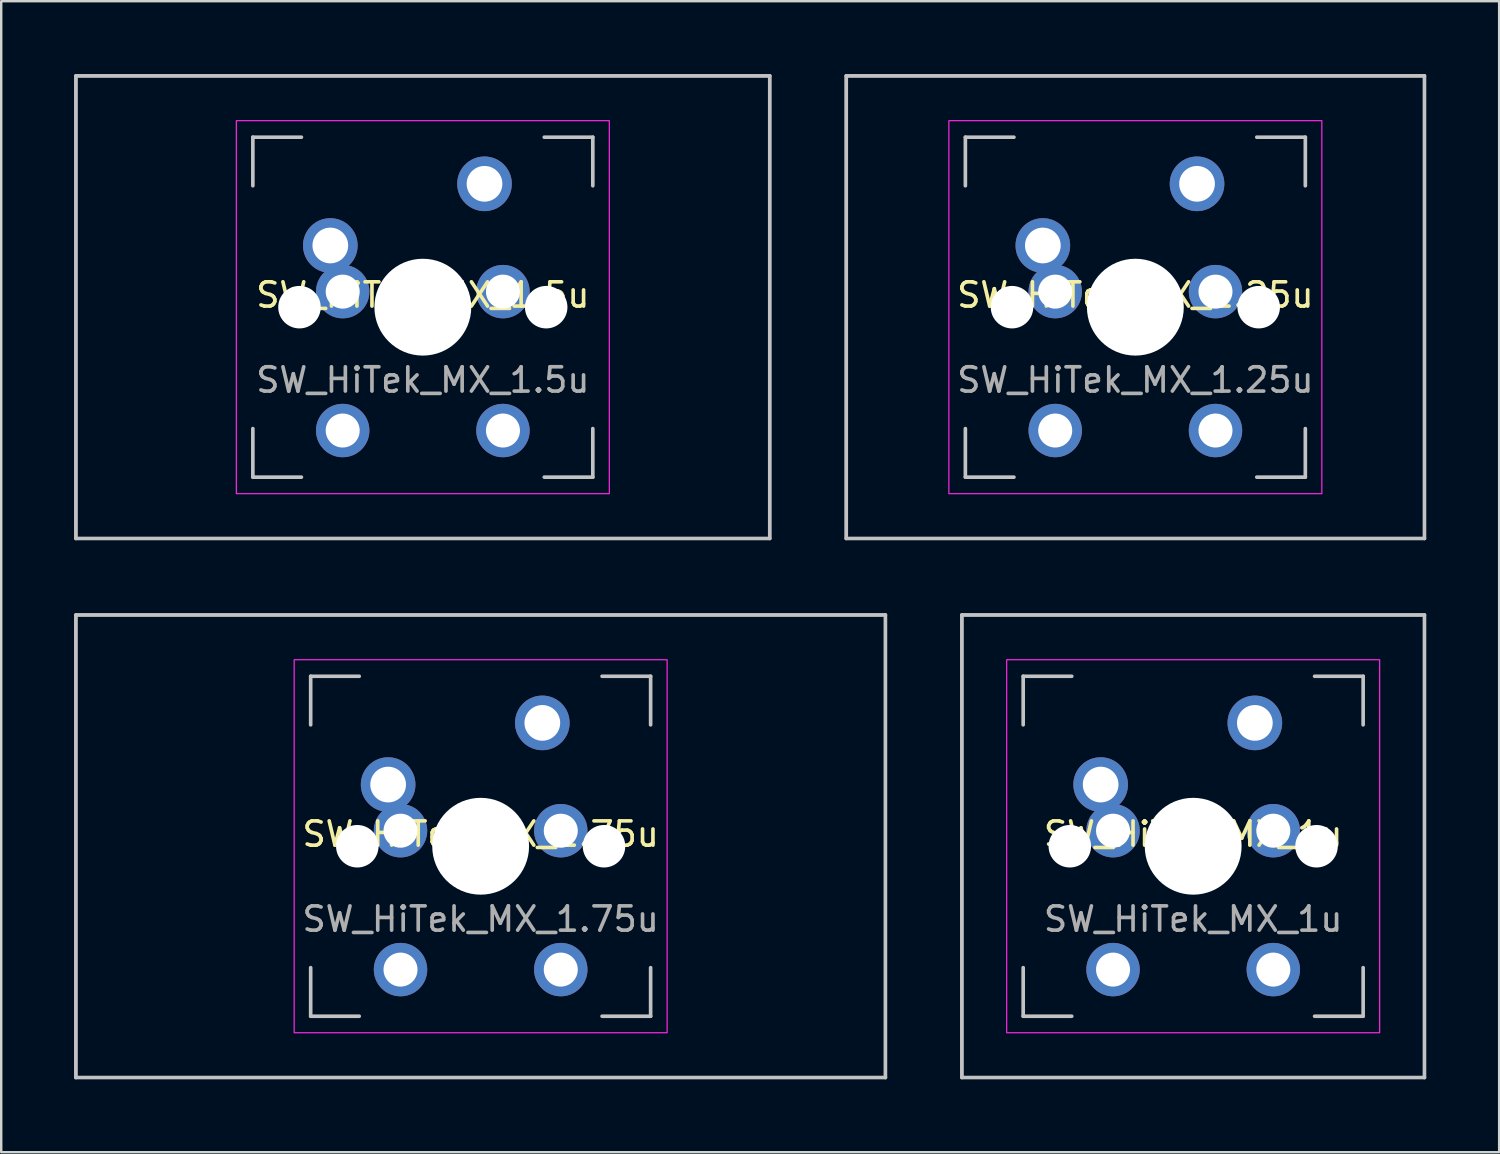
<source format=kicad_pcb>
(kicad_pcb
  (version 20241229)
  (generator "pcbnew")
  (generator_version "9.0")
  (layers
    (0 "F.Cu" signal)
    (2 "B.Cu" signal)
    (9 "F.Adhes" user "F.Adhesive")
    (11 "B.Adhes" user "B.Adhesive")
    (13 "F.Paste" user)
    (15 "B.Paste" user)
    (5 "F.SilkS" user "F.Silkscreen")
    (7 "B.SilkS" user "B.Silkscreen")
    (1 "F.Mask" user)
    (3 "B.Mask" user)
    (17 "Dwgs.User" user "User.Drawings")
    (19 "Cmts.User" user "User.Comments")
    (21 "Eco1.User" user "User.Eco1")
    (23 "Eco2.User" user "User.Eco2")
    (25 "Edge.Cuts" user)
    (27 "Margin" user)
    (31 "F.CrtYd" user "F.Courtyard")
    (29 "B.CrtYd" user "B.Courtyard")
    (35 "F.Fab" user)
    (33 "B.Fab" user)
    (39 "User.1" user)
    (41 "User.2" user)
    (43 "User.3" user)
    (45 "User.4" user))
  (footprint "SW_HiTek_MX_1.5u"
    (layer "F.Cu")
    (at 14.363 9.6)
    (property "Reference" "SW_HiTek_MX_1.5u" (at 0 -0.5 0) (unlocked yes) (layer "F.SilkS") (effects (font (size 1 1) (thickness 0.15))))
    (attr through_hole exclude_from_pos_files exclude_from_bom)
    (fp_line (start -14.287 -9.525) (end 14.287 -9.525) (stroke (width 0.15) (type solid)) (layer "Dwgs.User"))
    (fp_line (start -14.287 9.525) (end -14.287 -9.525) (stroke (width 0.15) (type solid)) (layer "Dwgs.User"))
    (fp_line (start -14.287 9.525) (end 14.287 9.525) (stroke (width 0.15) (type solid)) (layer "Dwgs.User"))
    (fp_line (start -7 -7) (end -7 -5) (stroke (width 0.15) (type solid)) (layer "Dwgs.User"))
    (fp_line (start -7 5) (end -7 7) (stroke (width 0.15) (type solid)) (layer "Dwgs.User"))
    (fp_line (start -7 7) (end -5 7) (stroke (width 0.15) (type solid)) (layer "Dwgs.User"))
    (fp_line (start -5 -7) (end -7 -7) (stroke (width 0.15) (type solid)) (layer "Dwgs.User"))
    (fp_line (start 5 -7) (end 7 -7) (stroke (width 0.15) (type solid)) (layer "Dwgs.User"))
    (fp_line (start 5 7) (end 7 7) (stroke (width 0.15) (type solid)) (layer "Dwgs.User"))
    (fp_line (start 7 -7) (end 7 -5) (stroke (width 0.15) (type solid)) (layer "Dwgs.User"))
    (fp_line (start 7 7) (end 7 5) (stroke (width 0.15) (type solid)) (layer "Dwgs.User"))
    (fp_line (start 14.287 -9.525) (end 14.287 9.525) (stroke (width 0.15) (type solid)) (layer "Dwgs.User"))
    (fp_rect (start -14.287 -9.525) (end 14.287 9.525) (stroke (width 0.12) (type solid)) (fill no) (layer "Dwgs.User"))
    (fp_line (start -7.81 7.31) (end -7.81 -7.31) (stroke (width 0.05) (type solid)) (layer "Eco2.User"))
    (fp_line (start -7.31 -7.81) (end 7.31 -7.81) (stroke (width 0.05) (type solid)) (layer "Eco2.User"))
    (fp_line (start 7.31 7.81) (end -7.31 7.81) (stroke (width 0.05) (type solid)) (layer "Eco2.User"))
    (fp_line (start 7.81 7.31) (end 7.81 -7.31) (stroke (width 0.05) (type solid)) (layer "Eco2.User"))
    (fp_arc (start -7.81 -7.31) (mid -7.663553 -7.663553) (end -7.31 -7.81) (stroke (width 0.05) (type solid)) (layer "Eco2.User"))
    (fp_arc (start -7.31 7.81) (mid -7.663553 7.663553) (end -7.81 7.31) (stroke (width 0.05) (type solid)) (layer "Eco2.User"))
    (fp_arc (start 7.31 -7.81) (mid 7.663553 -7.663553) (end 7.81 -7.31) (stroke (width 0.05) (type solid)) (layer "Eco2.User"))
    (fp_arc (start 7.81 7.31) (mid 7.663553 7.663553) (end 7.31 7.81) (stroke (width 0.05) (type solid)) (layer "Eco2.User"))
    (fp_rect (start -7.68 -7.68) (end 7.68 7.68) (stroke (width 0.05) (type solid)) (fill no) (layer "F.CrtYd"))
    (fp_text user "${REFERENCE}" (at 0 3 0) (unlocked yes) (layer "F.Fab") (effects (font (size 1 1) (thickness 0.15))))
    (pad "" np_thru_hole circle (at -5.08 0 48.1) (size 1.75 1.75) (drill 1.75) (layers "*.Cu" "*.Mask"))
    (pad "" np_thru_hole circle (at 0 0) (size 3.988 3.988) (drill 3.988) (layers "*.Cu" "*.Mask"))
    (pad "" np_thru_hole circle (at 5.08 0 48.1) (size 1.75 1.75) (drill 1.75) (layers "*.Cu" "*.Mask"))
    (pad "1" thru_hole circle (at -3.81 -2.54) (size 2.25 2.25) (drill 1.47) (layers "*.Cu" "*.Mask"))
    (pad "1" thru_hole circle (at -3.3 -0.64) (size 2.2 2.2) (drill 1.4) (layers "*.Cu" "*.Mask"))
    (pad "1" thru_hole circle (at -3.3 5.08) (size 2.2 2.2) (drill 1.4) (layers "*.Cu" "*.Mask"))
    (pad "2" thru_hole circle (at 2.54 -5.08) (size 2.25 2.25) (drill 1.47) (layers "*.Cu" "*.Mask"))
    (pad "2" thru_hole circle (at 3.3 -0.64) (size 2.2 2.2) (drill 1.4) (layers "*.Cu" "*.Mask"))
    (pad "2" thru_hole circle (at 3.3 5.08) (size 2.2 2.2) (drill 1.4) (layers "*.Cu" "*.Mask")))
  (footprint "SW_HiTek_MX_1u"
    (layer "F.Cu")
    (at 46.087 31.8)
    (property "Reference" "SW_HiTek_MX_1u" (at 0 -0.5 0) (unlocked yes) (layer "F.SilkS") (effects (font (size 1 1) (thickness 0.15))))
    (attr through_hole exclude_from_pos_files exclude_from_bom)
    (fp_line (start -9.525 -9.525) (end 9.525 -9.525) (stroke (width 0.15) (type solid)) (layer "Dwgs.User"))
    (fp_line (start -9.525 9.525) (end -9.525 -9.525) (stroke (width 0.15) (type solid)) (layer "Dwgs.User"))
    (fp_line (start -7 -7) (end -7 -5) (stroke (width 0.15) (type solid)) (layer "Dwgs.User"))
    (fp_line (start -7 5) (end -7 7) (stroke (width 0.15) (type solid)) (layer "Dwgs.User"))
    (fp_line (start -7 7) (end -5 7) (stroke (width 0.15) (type solid)) (layer "Dwgs.User"))
    (fp_line (start -5 -7) (end -7 -7) (stroke (width 0.15) (type solid)) (layer "Dwgs.User"))
    (fp_line (start 5 -7) (end 7 -7) (stroke (width 0.15) (type solid)) (layer "Dwgs.User"))
    (fp_line (start 5 7) (end 7 7) (stroke (width 0.15) (type solid)) (layer "Dwgs.User"))
    (fp_line (start 7 -7) (end 7 -5) (stroke (width 0.15) (type solid)) (layer "Dwgs.User"))
    (fp_line (start 7 7) (end 7 5) (stroke (width 0.15) (type solid)) (layer "Dwgs.User"))
    (fp_line (start 9.525 -9.525) (end 9.525 9.525) (stroke (width 0.15) (type solid)) (layer "Dwgs.User"))
    (fp_line (start 9.525 9.525) (end -9.525 9.525) (stroke (width 0.15) (type solid)) (layer "Dwgs.User"))
    (fp_rect (start -9.525 -9.525) (end 9.525 9.525) (stroke (width 0.12) (type solid)) (fill no) (layer "Dwgs.User"))
    (fp_line (start -7.81 7.31) (end -7.81 -7.31) (stroke (width 0.05) (type solid)) (layer "Eco2.User"))
    (fp_line (start -7.31 -7.81) (end 7.31 -7.81) (stroke (width 0.05) (type solid)) (layer "Eco2.User"))
    (fp_line (start 7.31 7.81) (end -7.31 7.81) (stroke (width 0.05) (type solid)) (layer "Eco2.User"))
    (fp_line (start 7.81 7.31) (end 7.81 -7.31) (stroke (width 0.05) (type solid)) (layer "Eco2.User"))
    (fp_arc (start -7.81 -7.31) (mid -7.663553 -7.663553) (end -7.31 -7.81) (stroke (width 0.05) (type solid)) (layer "Eco2.User"))
    (fp_arc (start -7.31 7.81) (mid -7.663553 7.663553) (end -7.81 7.31) (stroke (width 0.05) (type solid)) (layer "Eco2.User"))
    (fp_arc (start 7.31 -7.81) (mid 7.663553 -7.663553) (end 7.81 -7.31) (stroke (width 0.05) (type solid)) (layer "Eco2.User"))
    (fp_arc (start 7.81 7.31) (mid 7.663553 7.663553) (end 7.31 7.81) (stroke (width 0.05) (type solid)) (layer "Eco2.User"))
    (fp_rect (start -7.68 -7.68) (end 7.68 7.68) (stroke (width 0.05) (type solid)) (fill no) (layer "F.CrtYd"))
    (fp_text user "${REFERENCE}" (at 0 3 0) (unlocked yes) (layer "F.Fab") (effects (font (size 1 1) (thickness 0.15))))
    (pad "" np_thru_hole circle (at -5.08 0 48.1) (size 1.75 1.75) (drill 1.75) (layers "*.Cu" "*.Mask"))
    (pad "" np_thru_hole circle (at 0 0) (size 3.988 3.988) (drill 3.988) (layers "*.Cu" "*.Mask"))
    (pad "" np_thru_hole circle (at 5.08 0 48.1) (size 1.75 1.75) (drill 1.75) (layers "*.Cu" "*.Mask"))
    (pad "1" thru_hole circle (at -3.81 -2.54) (size 2.25 2.25) (drill 1.47) (layers "*.Cu" "*.Mask"))
    (pad "1" thru_hole circle (at -3.3 -0.64) (size 2.2 2.2) (drill 1.4) (layers "*.Cu" "*.Mask"))
    (pad "1" thru_hole circle (at -3.3 5.08) (size 2.2 2.2) (drill 1.4) (layers "*.Cu" "*.Mask"))
    (pad "2" thru_hole circle (at 2.54 -5.08) (size 2.25 2.25) (drill 1.47) (layers "*.Cu" "*.Mask"))
    (pad "2" thru_hole circle (at 3.3 -0.64) (size 2.2 2.2) (drill 1.4) (layers "*.Cu" "*.Mask"))
    (pad "2" thru_hole circle (at 3.3 5.08) (size 2.2 2.2) (drill 1.4) (layers "*.Cu" "*.Mask")))
  (footprint "SW_HiTek_MX_1.75u"
    (layer "F.Cu")
    (at 16.744 31.8)
    (property "Reference" "SW_HiTek_MX_1.75u" (at 0 -0.5 0) (unlocked yes) (layer "F.SilkS") (effects (font (size 1 1) (thickness 0.15))))
    (attr through_hole exclude_from_pos_files exclude_from_bom)
    (fp_line (start -16.669 -9.525) (end 16.669 -9.525) (stroke (width 0.15) (type solid)) (layer "Dwgs.User"))
    (fp_line (start -16.669 9.525) (end -16.669 -9.525) (stroke (width 0.15) (type solid)) (layer "Dwgs.User"))
    (fp_line (start -16.669 9.525) (end 16.669 9.525) (stroke (width 0.15) (type solid)) (layer "Dwgs.User"))
    (fp_line (start -7 -7) (end -7 -5) (stroke (width 0.15) (type solid)) (layer "Dwgs.User"))
    (fp_line (start -7 5) (end -7 7) (stroke (width 0.15) (type solid)) (layer "Dwgs.User"))
    (fp_line (start -7 7) (end -5 7) (stroke (width 0.15) (type solid)) (layer "Dwgs.User"))
    (fp_line (start -5 -7) (end -7 -7) (stroke (width 0.15) (type solid)) (layer "Dwgs.User"))
    (fp_line (start 5 -7) (end 7 -7) (stroke (width 0.15) (type solid)) (layer "Dwgs.User"))
    (fp_line (start 5 7) (end 7 7) (stroke (width 0.15) (type solid)) (layer "Dwgs.User"))
    (fp_line (start 7 -7) (end 7 -5) (stroke (width 0.15) (type solid)) (layer "Dwgs.User"))
    (fp_line (start 7 7) (end 7 5) (stroke (width 0.15) (type solid)) (layer "Dwgs.User"))
    (fp_line (start 16.669 -9.525) (end 16.669 9.525) (stroke (width 0.15) (type solid)) (layer "Dwgs.User"))
    (fp_rect (start -16.669 -9.525) (end 16.669 9.525) (stroke (width 0.12) (type solid)) (fill no) (layer "Dwgs.User"))
    (fp_line (start -7.81 7.31) (end -7.81 -7.31) (stroke (width 0.05) (type solid)) (layer "Eco2.User"))
    (fp_line (start -7.31 -7.81) (end 7.31 -7.81) (stroke (width 0.05) (type solid)) (layer "Eco2.User"))
    (fp_line (start 7.31 7.81) (end -7.31 7.81) (stroke (width 0.05) (type solid)) (layer "Eco2.User"))
    (fp_line (start 7.81 7.31) (end 7.81 -7.31) (stroke (width 0.05) (type solid)) (layer "Eco2.User"))
    (fp_arc (start -7.81 -7.31) (mid -7.663553 -7.663553) (end -7.31 -7.81) (stroke (width 0.05) (type solid)) (layer "Eco2.User"))
    (fp_arc (start -7.31 7.81) (mid -7.663553 7.663553) (end -7.81 7.31) (stroke (width 0.05) (type solid)) (layer "Eco2.User"))
    (fp_arc (start 7.31 -7.81) (mid 7.663553 -7.663553) (end 7.81 -7.31) (stroke (width 0.05) (type solid)) (layer "Eco2.User"))
    (fp_arc (start 7.81 7.31) (mid 7.663553 7.663553) (end 7.31 7.81) (stroke (width 0.05) (type solid)) (layer "Eco2.User"))
    (fp_rect (start -7.68 -7.68) (end 7.68 7.68) (stroke (width 0.05) (type solid)) (fill no) (layer "F.CrtYd"))
    (fp_text user "${REFERENCE}" (at 0 3 0) (unlocked yes) (layer "F.Fab") (effects (font (size 1 1) (thickness 0.15))))
    (pad "" np_thru_hole circle (at -5.08 0 48.1) (size 1.75 1.75) (drill 1.75) (layers "*.Cu" "*.Mask"))
    (pad "" np_thru_hole circle (at 0 0) (size 3.988 3.988) (drill 3.988) (layers "*.Cu" "*.Mask"))
    (pad "" np_thru_hole circle (at 5.08 0 48.1) (size 1.75 1.75) (drill 1.75) (layers "*.Cu" "*.Mask"))
    (pad "1" thru_hole circle (at -3.81 -2.54) (size 2.25 2.25) (drill 1.47) (layers "*.Cu" "*.Mask"))
    (pad "1" thru_hole circle (at -3.3 -0.64) (size 2.2 2.2) (drill 1.4) (layers "*.Cu" "*.Mask"))
    (pad "1" thru_hole circle (at -3.3 5.08) (size 2.2 2.2) (drill 1.4) (layers "*.Cu" "*.Mask"))
    (pad "2" thru_hole circle (at 2.54 -5.08) (size 2.25 2.25) (drill 1.47) (layers "*.Cu" "*.Mask"))
    (pad "2" thru_hole circle (at 3.3 -0.64) (size 2.2 2.2) (drill 1.4) (layers "*.Cu" "*.Mask"))
    (pad "2" thru_hole circle (at 3.3 5.08) (size 2.2 2.2) (drill 1.4) (layers "*.Cu" "*.Mask")))
  (footprint "SW_HiTek_MX_1.25u"
    (layer "F.Cu")
    (at 43.706 9.6)
    (property "Reference" "SW_HiTek_MX_1.25u" (at 0 -0.5 0) (unlocked yes) (layer "F.SilkS") (effects (font (size 1 1) (thickness 0.15))))
    (attr through_hole exclude_from_pos_files exclude_from_bom)
    (fp_line (start -11.906 -9.525) (end 11.906 -9.525) (stroke (width 0.15) (type solid)) (layer "Dwgs.User"))
    (fp_line (start -11.906 9.525) (end -11.906 -9.525) (stroke (width 0.15) (type solid)) (layer "Dwgs.User"))
    (fp_line (start -11.906 9.525) (end 11.906 9.525) (stroke (width 0.15) (type solid)) (layer "Dwgs.User"))
    (fp_line (start -7 -7) (end -7 -5) (stroke (width 0.15) (type solid)) (layer "Dwgs.User"))
    (fp_line (start -7 5) (end -7 7) (stroke (width 0.15) (type solid)) (layer "Dwgs.User"))
    (fp_line (start -7 7) (end -5 7) (stroke (width 0.15) (type solid)) (layer "Dwgs.User"))
    (fp_line (start -5 -7) (end -7 -7) (stroke (width 0.15) (type solid)) (layer "Dwgs.User"))
    (fp_line (start 5 -7) (end 7 -7) (stroke (width 0.15) (type solid)) (layer "Dwgs.User"))
    (fp_line (start 5 7) (end 7 7) (stroke (width 0.15) (type solid)) (layer "Dwgs.User"))
    (fp_line (start 7 -7) (end 7 -5) (stroke (width 0.15) (type solid)) (layer "Dwgs.User"))
    (fp_line (start 7 7) (end 7 5) (stroke (width 0.15) (type solid)) (layer "Dwgs.User"))
    (fp_line (start 11.906 -9.525) (end 11.906 9.525) (stroke (width 0.15) (type solid)) (layer "Dwgs.User"))
    (fp_rect (start -11.906 -9.525) (end 11.906 9.525) (stroke (width 0.12) (type solid)) (fill no) (layer "Dwgs.User"))
    (fp_line (start -7.81 7.31) (end -7.81 -7.31) (stroke (width 0.05) (type solid)) (layer "Eco2.User"))
    (fp_line (start -7.31 -7.81) (end 7.31 -7.81) (stroke (width 0.05) (type solid)) (layer "Eco2.User"))
    (fp_line (start 7.31 7.81) (end -7.31 7.81) (stroke (width 0.05) (type solid)) (layer "Eco2.User"))
    (fp_line (start 7.81 7.31) (end 7.81 -7.31) (stroke (width 0.05) (type solid)) (layer "Eco2.User"))
    (fp_arc (start -7.81 -7.31) (mid -7.663553 -7.663553) (end -7.31 -7.81) (stroke (width 0.05) (type solid)) (layer "Eco2.User"))
    (fp_arc (start -7.31 7.81) (mid -7.663553 7.663553) (end -7.81 7.31) (stroke (width 0.05) (type solid)) (layer "Eco2.User"))
    (fp_arc (start 7.31 -7.81) (mid 7.663553 -7.663553) (end 7.81 -7.31) (stroke (width 0.05) (type solid)) (layer "Eco2.User"))
    (fp_arc (start 7.81 7.31) (mid 7.663553 7.663553) (end 7.31 7.81) (stroke (width 0.05) (type solid)) (layer "Eco2.User"))
    (fp_rect (start -7.68 -7.68) (end 7.68 7.68) (stroke (width 0.05) (type solid)) (fill no) (layer "F.CrtYd"))
    (fp_text user "${REFERENCE}" (at 0 3 0) (unlocked yes) (layer "F.Fab") (effects (font (size 1 1) (thickness 0.15))))
    (pad "" np_thru_hole circle (at -5.08 0 48.1) (size 1.75 1.75) (drill 1.75) (layers "*.Cu" "*.Mask"))
    (pad "" np_thru_hole circle (at 0 0) (size 3.988 3.988) (drill 3.988) (layers "*.Cu" "*.Mask"))
    (pad "" np_thru_hole circle (at 5.08 0 48.1) (size 1.75 1.75) (drill 1.75) (layers "*.Cu" "*.Mask"))
    (pad "1" thru_hole circle (at -3.81 -2.54) (size 2.25 2.25) (drill 1.47) (layers "*.Cu" "*.Mask"))
    (pad "1" thru_hole circle (at -3.3 -0.64) (size 2.2 2.2) (drill 1.4) (layers "*.Cu" "*.Mask"))
    (pad "1" thru_hole circle (at -3.3 5.08) (size 2.2 2.2) (drill 1.4) (layers "*.Cu" "*.Mask"))
    (pad "2" thru_hole circle (at 2.54 -5.08) (size 2.25 2.25) (drill 1.47) (layers "*.Cu" "*.Mask"))
    (pad "2" thru_hole circle (at 3.3 -0.64) (size 2.2 2.2) (drill 1.4) (layers "*.Cu" "*.Mask"))
    (pad "2" thru_hole circle (at 3.3 5.08) (size 2.2 2.2) (drill 1.4) (layers "*.Cu" "*.Mask")))
  (gr_rect
    (start -3 -3)
    (end 58.688 44.4)
    (stroke (width 0.1) (type default))
    (fill no)
    (layer "Edge.Cuts")))
</source>
